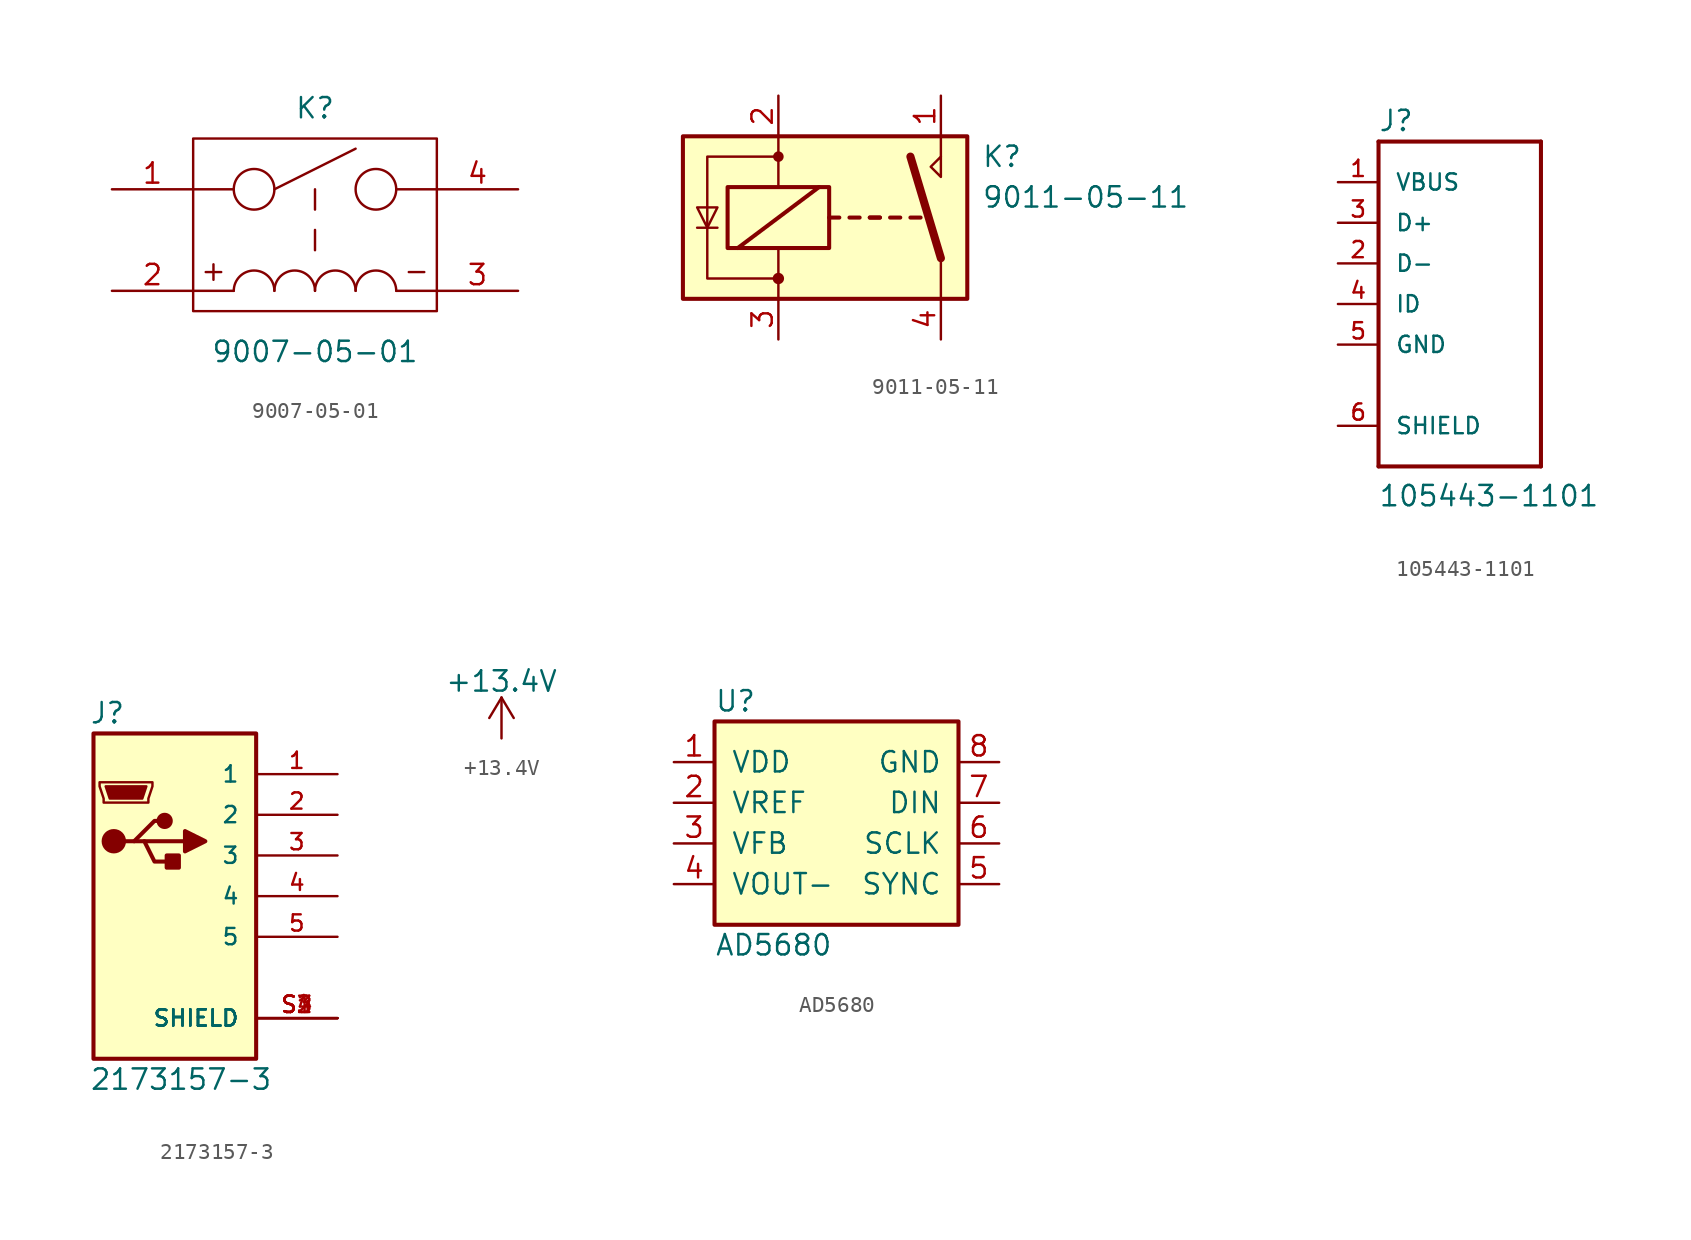
<source format=kicad_sym>
(kicad_symbol_lib
  (version 20211014)
  (generator kicad_symbol_editor)
  (symbol "9007-05-01"
    (pin_names
      (offset 0) hide)
    (property "Reference" "K"
      (at 0 3.81 0)
      (effects (font (size 1.27 1.27))))
    (property "Value" "9007-05-01"
      (at 0 -11.43 0)
      (effects (font (size 1.27 1.27))))
    (property "Footprint" ""
      (at 0 0 0)
      (effects (font (size 1.524 1.524))))
    (property "Datasheet" ""
      (at 0 0 0)
      (effects (font (size 1.524 1.524))))
    (symbol "9007-05-01_0_0"
      (circle (center -3.81 -1.27) (radius 1.27) (stroke (width 0) (type default) (color 0 0 0 0)) (fill (type none)))
      (polyline (pts (xy -2.54 -1.27) (xy 2.54 1.27)) (stroke (width 0) (type default) (color 0 0 0 0)) (fill (type none)))
      (circle (center 3.81 -1.27) (radius 1.27) (stroke (width 0) (type default) (color 0 0 0 0)) (fill (type none)))
      (text "+" (at -6.35 -6.35 0) (effects (font (size 1.27 1.27))))
      (text "-" (at 6.35 -6.35 0) (effects (font (size 1.27 1.27)))))
    (symbol "9007-05-01_0_1"
      (rectangle (start -7.62 1.905) (end 7.62 -8.89) (stroke (width 0) (type default) (color 0 0 0 0)) (fill (type none)))
      (arc (start -2.54 -7.62) (mid -3.81 -6.35) (end -5.08 -7.62) (stroke (width 0) (type default) (color 0 0 0 0)) (fill (type none)))
      (arc (start 0 -7.62) (mid -1.27 -6.35) (end -2.54 -7.62) (stroke (width 0) (type default) (color 0 0 0 0)) (fill (type none)))
      (polyline (pts (xy -7.62 -7.62) (xy -5.08 -7.62)) (stroke (width 0) (type default) (color 0 0 0 0)) (fill (type none)))
      (polyline (pts (xy -7.62 -1.27) (xy -5.08 -1.27)) (stroke (width 0) (type default) (color 0 0 0 0)) (fill (type none)))
      (polyline (pts (xy 0 -5.08) (xy 0 -3.81)) (stroke (width 0) (type default) (color 0 0 0 0)) (fill (type none)))
      (polyline (pts (xy 0 -2.54) (xy 0 -1.27)) (stroke (width 0) (type default) (color 0 0 0 0)) (fill (type none)))
      (polyline (pts (xy 5.08 -7.62) (xy 7.62 -7.62)) (stroke (width 0) (type default) (color 0 0 0 0)) (fill (type none)))
      (polyline (pts (xy 5.08 -1.27) (xy 7.62 -1.27)) (stroke (width 0) (type default) (color 0 0 0 0)) (fill (type none)))
      (arc (start 2.54 -7.62) (mid 1.27 -6.35) (end 0 -7.62) (stroke (width 0) (type default) (color 0 0 0 0)) (fill (type none)))
      (arc (start 5.08 -7.62) (mid 3.81 -6.35) (end 2.54 -7.62) (stroke (width 0) (type default) (color 0 0 0 0)) (fill (type none))))
    (symbol "9007-05-01_1_1"
      (pin passive line (at -12.7 -1.27 0) (length 5.08) (name "1" (effects (font (size 1.27 1.27)))) (number "1" (effects (font (size 1.27 1.27)))))
      (pin passive line (at -12.7 -7.62 0) (length 5.08) (name "+" (effects (font (size 1.27 1.27)))) (number "2" (effects (font (size 1.27 1.27)))))
      (pin passive line (at 12.7 -7.62 180) (length 5.08) (name "3" (effects (font (size 1.27 1.27)))) (number "3" (effects (font (size 1.27 1.27)))))
      (pin passive line (at 12.7 -1.27 180) (length 5.08) (name "4" (effects (font (size 1.27 1.27)))) (number "4" (effects (font (size 1.27 1.27)))))))
  (symbol "9011-05-11"
    (pin_names
      (offset 1.016))
    (property "Reference" "K"
      (at 7.62 3.81 0)
      (effects (font (size 1.27 1.27)) (justify left)))
    (property "Value" "9011-05-11"
      (at 7.62 1.27 0)
      (effects (font (size 1.27 1.27)) (justify left)))
    (symbol "9011-05-11_0_0"
      (polyline (pts (xy 5.08 3.81) (xy 5.08 5.08)) (stroke (width 0) (type default) (color 0 0 0 0)) (fill (type none)))
      (polyline (pts (xy 5.08 3.81) (xy 5.08 2.54) (xy 4.445 3.175) (xy 5.08 3.81)) (stroke (width 0) (type default) (color 0 0 0 0)) (fill (type none))))
    (symbol "9011-05-11_0_1"
      (rectangle (start -11.049 5.08) (end 6.731 -5.08) (stroke (width 0.254) (type default) (color 0 0 0 0)) (fill (type background)))
      (rectangle (start -8.255 1.905) (end -1.905 -1.905) (stroke (width 0.254) (type default) (color 0 0 0 0)) (fill (type none)))
      (circle (center -5.08 -3.81) (radius 0.279) (stroke (width 0) (type default) (color 0 0 0 0)) (fill (type outline)))
      (circle (center -5.08 3.81) (radius 0.254) (stroke (width 0) (type default) (color 0 0 0 0)) (fill (type outline)))
      (polyline (pts (xy -8.89 -0.635) (xy -10.16 -0.635)) (stroke (width 0) (type default) (color 0 0 0 0)) (fill (type none)))
      (polyline (pts (xy -7.62 -1.905) (xy -2.54 1.905)) (stroke (width 0.254) (type default) (color 0 0 0 0)) (fill (type none)))
      (polyline (pts (xy -5.08 -5.08) (xy -5.08 -1.905)) (stroke (width 0) (type default) (color 0 0 0 0)) (fill (type none)))
      (polyline (pts (xy -5.08 5.08) (xy -5.08 1.905)) (stroke (width 0) (type default) (color 0 0 0 0)) (fill (type none)))
      (polyline (pts (xy -1.905 0) (xy -1.27 0)) (stroke (width 0.254) (type default) (color 0 0 0 0)) (fill (type none)))
      (polyline (pts (xy -0.635 0) (xy 0 0)) (stroke (width 0.254) (type default) (color 0 0 0 0)) (fill (type none)))
      (polyline (pts (xy 0.635 0) (xy 1.27 0)) (stroke (width 0.254) (type default) (color 0 0 0 0)) (fill (type none)))
      (polyline (pts (xy 0.635 0) (xy 1.27 0)) (stroke (width 0.254) (type default) (color 0 0 0 0)) (fill (type none)))
      (polyline (pts (xy 1.905 0) (xy 2.54 0)) (stroke (width 0.254) (type default) (color 0 0 0 0)) (fill (type none)))
      (polyline (pts (xy 3.175 0) (xy 3.81 0)) (stroke (width 0.254) (type default) (color 0 0 0 0)) (fill (type none)))
      (polyline (pts (xy 5.08 -2.54) (xy 3.175 3.81)) (stroke (width 0.508) (type default) (color 0 0 0 0)) (fill (type none)))
      (polyline (pts (xy 5.08 -2.54) (xy 5.08 -5.08)) (stroke (width 0) (type default) (color 0 0 0 0)) (fill (type none)))
      (polyline (pts (xy -9.525 -0.635) (xy -10.16 0.635) (xy -8.89 0.635) (xy -9.525 -0.635)) (stroke (width 0) (type default) (color 0 0 0 0)) (fill (type none)))
      (polyline (pts (xy -5.08 3.81) (xy -9.525 3.81) (xy -9.525 -3.81) (xy -5.08 -3.81)) (stroke (width 0) (type default) (color 0 0 0 0)) (fill (type none))))
    (symbol "9011-05-11_1_1"
      (pin passive line (at 5.08 7.62 270) (length 2.54) (name "~" (effects (font (size 1.27 1.27)))) (number "1" (effects (font (size 1.27 1.27)))))
      (pin passive line (at -5.08 7.62 270) (length 2.54) (name "~" (effects (font (size 1.27 1.27)))) (number "2" (effects (font (size 1.27 1.27)))))
      (pin passive line (at -5.08 -7.62 90) (length 2.54) (name "~" (effects (font (size 1.27 1.27)))) (number "3" (effects (font (size 1.27 1.27)))))
      (pin passive line (at 5.08 -7.62 90) (length 2.54) (name "~" (effects (font (size 1.27 1.27)))) (number "4" (effects (font (size 1.27 1.27)))))))
  (symbol "105443-1101"
    (pin_names
      (offset 1.016))
    (property "Reference" "J"
      (at -5.105 10.719 0)
      (effects (font (size 1.27 1.27)) (justify left bottom)))
    (property "Value" "105443-1101"
      (at -5.105 -12.751 0)
      (effects (font (size 1.27 1.27)) (justify left bottom)))
    (property "ki_locked" ""
      (at 0 0 0)
      (effects (font (size 1.27 1.27))))
    (symbol "105443-1101_0_0"
      (polyline (pts (xy -5.08 -10.16) (xy 5.08 -10.16)) (stroke (width 0.254) (type default) (color 0 0 0 0)) (fill (type none)))
      (polyline (pts (xy -5.08 10.16) (xy -5.08 -10.16)) (stroke (width 0.254) (type default) (color 0 0 0 0)) (fill (type none)))
      (polyline (pts (xy 5.08 -10.16) (xy 5.08 10.16)) (stroke (width 0.254) (type default) (color 0 0 0 0)) (fill (type none)))
      (polyline (pts (xy 5.08 10.16) (xy -5.08 10.16)) (stroke (width 0.254) (type default) (color 0 0 0 0)) (fill (type none)))
      (pin power_in line (at -7.62 7.62 0) (length 2.54) (name "VBUS" (effects (font (size 1.016 1.016)))) (number "1" (effects (font (size 1.016 1.016)))))
      (pin bidirectional line (at -7.62 2.54 0) (length 2.54) (name "D-" (effects (font (size 1.016 1.016)))) (number "2" (effects (font (size 1.016 1.016)))))
      (pin bidirectional line (at -7.62 5.08 0) (length 2.54) (name "D+" (effects (font (size 1.016 1.016)))) (number "3" (effects (font (size 1.016 1.016)))))
      (pin bidirectional line (at -7.62 0 0) (length 2.54) (name "ID" (effects (font (size 1.016 1.016)))) (number "4" (effects (font (size 1.016 1.016)))))
      (pin power_in line (at -7.62 -2.54 0) (length 2.54) (name "GND" (effects (font (size 1.016 1.016)))) (number "5" (effects (font (size 1.016 1.016)))))
      (pin power_in line (at -7.62 -7.62 0) (length 2.54) (name "SHIELD" (effects (font (size 1.016 1.016)))) (number "6" (effects (font (size 1.016 1.016)))))))
  (symbol "2173157-3"
    (pin_names
      (offset 1.016))
    (property "Reference" "J"
      (at -5.334 10.693 0)
      (effects (font (size 1.27 1.27)) (justify left bottom)))
    (property "Value" "2173157-3"
      (at -5.334 -12.192 0)
      (effects (font (size 1.27 1.27)) (justify left bottom)))
    (property "ki_locked" ""
      (at 0 0 0)
      (effects (font (size 1.27 1.27))))
    (symbol "2173157-3_0_0"
      (rectangle (start -5.08 10.16) (end 5.08 -10.16) (stroke (width 0.254) (type default) (color 0 0 0 0)) (fill (type background)))
      (pin passive line (at 10.16 7.62 180) (length 5.08) (name "1" (effects (font (size 1.016 1.016)))) (number "1" (effects (font (size 1.016 1.016)))))
      (pin passive line (at 10.16 5.08 180) (length 5.08) (name "2" (effects (font (size 1.016 1.016)))) (number "2" (effects (font (size 1.016 1.016)))))
      (pin passive line (at 10.16 2.54 180) (length 5.08) (name "3" (effects (font (size 1.016 1.016)))) (number "3" (effects (font (size 1.016 1.016)))))
      (pin passive line (at 10.16 0 180) (length 5.08) (name "4" (effects (font (size 1.016 1.016)))) (number "4" (effects (font (size 1.016 1.016)))))
      (pin passive line (at 10.16 -2.54 180) (length 5.08) (name "5" (effects (font (size 1.016 1.016)))) (number "5" (effects (font (size 1.016 1.016)))))
      (pin passive line (at 10.16 -7.62 180) (length 5.08) (name "SHIELD" (effects (font (size 1.016 1.016)))) (number "S1" (effects (font (size 1.016 1.016)))))
      (pin passive line (at 10.16 -7.62 180) (length 5.08) (name "SHIELD" (effects (font (size 1.016 1.016)))) (number "S2" (effects (font (size 1.016 1.016)))))
      (pin passive line (at 10.16 -7.62 180) (length 5.08) (name "SHIELD" (effects (font (size 1.016 1.016)))) (number "S3" (effects (font (size 1.016 1.016)))))
      (pin passive line (at 10.16 -7.62 180) (length 5.08) (name "SHIELD" (effects (font (size 1.016 1.016)))) (number "S4" (effects (font (size 1.016 1.016))))))
    (symbol "2173157-3_1_1"
      (circle (center -3.81 3.429) (radius 0.635) (stroke (width 0.254) (type default) (color 0 0 0 0)) (fill (type outline)))
      (circle (center -0.635 4.699) (radius 0.381) (stroke (width 0.254) (type default) (color 0 0 0 0)) (fill (type outline)))
      (polyline (pts (xy -1.905 3.429) (xy 0.635 3.429)) (stroke (width 0.254) (type default) (color 0 0 0 0)) (fill (type none)))
      (polyline (pts (xy -3.175 3.429) (xy -2.54 3.429) (xy -1.27 4.699) (xy -0.635 4.699)) (stroke (width 0.254) (type default) (color 0 0 0 0)) (fill (type none)))
      (polyline (pts (xy -2.54 3.429) (xy -1.905 3.429) (xy -1.27 2.159) (xy 0 2.159)) (stroke (width 0.254) (type default) (color 0 0 0 0)) (fill (type none)))
      (polyline (pts (xy 0.635 4.064) (xy 0.635 2.794) (xy 1.905 3.429) (xy 0.635 4.064)) (stroke (width 0.254) (type default) (color 0 0 0 0)) (fill (type outline)))
      (polyline (pts (xy -4.318 6.858) (xy -1.778 6.858) (xy -2.032 6.096) (xy -4.064 6.096) (xy -4.318 6.858)) (stroke (width 0) (type default) (color 0 0 0 0)) (fill (type outline)))
      (polyline (pts (xy -4.699 7.112) (xy -4.699 6.858) (xy -4.445 6.096) (xy -4.445 5.842) (xy -1.651 5.842) (xy -1.651 6.096) (xy -1.397 6.858) (xy -1.397 7.112) (xy -4.699 7.112)) (stroke (width 0) (type default) (color 0 0 0 0)) (fill (type none)))
      (rectangle (start 0.254 2.54) (end -0.508 1.778) (stroke (width 0.254) (type default) (color 0 0 0 0)) (fill (type outline)))))
  (symbol "+13.4V"
    (power)
    (pin_names
      (offset 0))
    (property "Reference" "#PWR"
      (at 0 -3.81 0)
      (effects (font (size 1.27 1.27)) hide))
    (property "Value" "+13.4V"
      (at 0 3.556 0)
      (effects (font (size 1.27 1.27))))
    (symbol "+13.4V_0_1"
      (polyline (pts (xy -0.762 1.27) (xy 0 2.54)) (stroke (width 0) (type default) (color 0 0 0 0)) (fill (type none)))
      (polyline (pts (xy 0 0) (xy 0 2.54)) (stroke (width 0) (type default) (color 0 0 0 0)) (fill (type none)))
      (polyline (pts (xy 0 2.54) (xy 0.762 1.27)) (stroke (width 0) (type default) (color 0 0 0 0)) (fill (type none))))
    (symbol "+13.4V_1_1"
      (pin power_in line (at 0 0 90) (length 0) hide (name "+13.4V" (effects (font (size 1.27 1.27)))) (number "1" (effects (font (size 1.27 1.27)))))))
  (symbol "AD5680"
    (pin_names
      (offset 1.016))
    (property "Reference" "U"
      (at -7.62 8.89 0)
      (effects (font (size 1.27 1.27)) (justify left)))
    (property "Value" "AD5680"
      (at -7.62 -6.35 0)
      (effects (font (size 1.27 1.27)) (justify left)))
    (property "Footprint" ""
      (at 0 0 0)
      (effects (font (size 1.27 1.27))))
    (property "Datasheet" ""
      (at 0 0 0)
      (effects (font (size 1.27 1.27))))
    (symbol "AD5680_0_0"
      (rectangle (start -7.62 7.62) (end 7.62 -5.08) (stroke (width 0.254) (type default) (color 0 0 0 0)) (fill (type background)))
      (pin power_in line (at -10.16 5.08 0) (length 2.54) (name "VDD" (effects (font (size 1.27 1.27)))) (number "1" (effects (font (size 1.27 1.27)))))
      (pin input line (at -10.16 2.54 0) (length 2.54) (name "VREF" (effects (font (size 1.27 1.27)))) (number "2" (effects (font (size 1.27 1.27)))))
      (pin input line (at -10.16 0 0) (length 2.54) (name "VFB" (effects (font (size 1.27 1.27)))) (number "3" (effects (font (size 1.27 1.27)))))
      (pin output line (at -10.16 -2.54 0) (length 2.54) (name "VOUT-" (effects (font (size 1.27 1.27)))) (number "4" (effects (font (size 1.27 1.27)))))
      (pin input line (at 10.16 -2.54 180) (length 2.54) (name "SYNC" (effects (font (size 1.27 1.27)))) (number "5" (effects (font (size 1.27 1.27)))))
      (pin input line (at 10.16 0 180) (length 2.54) (name "SCLK" (effects (font (size 1.27 1.27)))) (number "6" (effects (font (size 1.27 1.27)))))
      (pin input line (at 10.16 2.54 180) (length 2.54) (name "DIN" (effects (font (size 1.27 1.27)))) (number "7" (effects (font (size 1.27 1.27)))))
      (pin power_in line (at 10.16 5.08 180) (length 2.54) (name "GND" (effects (font (size 1.27 1.27)))) (number "8" (effects (font (size 1.27 1.27))))))))
</source>
